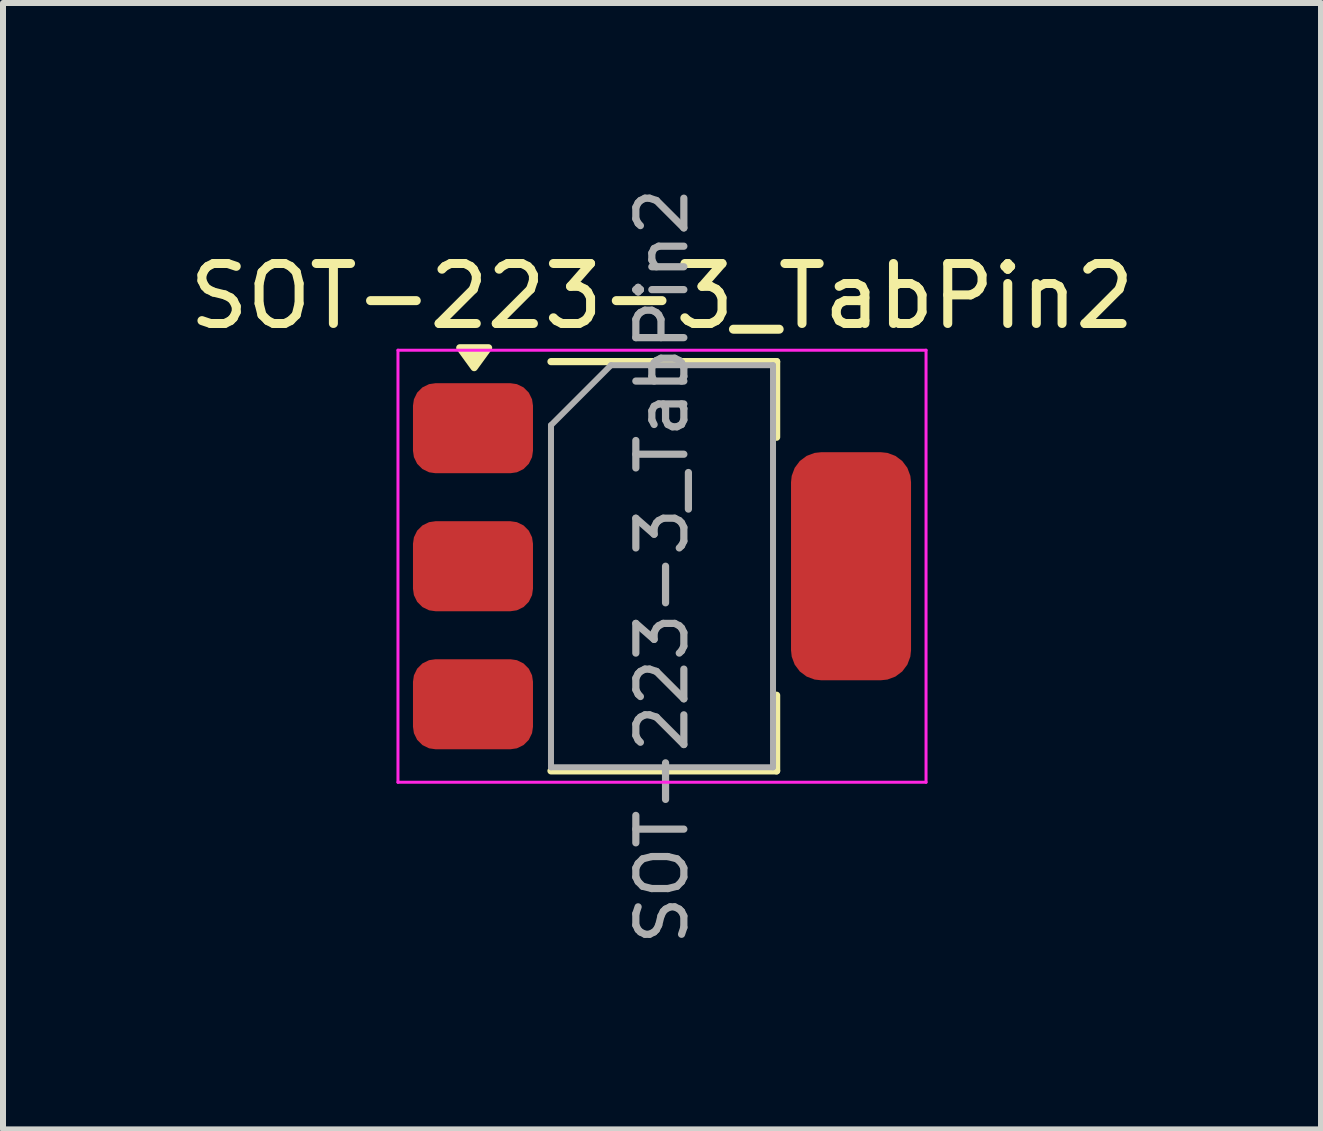
<source format=kicad_pcb>
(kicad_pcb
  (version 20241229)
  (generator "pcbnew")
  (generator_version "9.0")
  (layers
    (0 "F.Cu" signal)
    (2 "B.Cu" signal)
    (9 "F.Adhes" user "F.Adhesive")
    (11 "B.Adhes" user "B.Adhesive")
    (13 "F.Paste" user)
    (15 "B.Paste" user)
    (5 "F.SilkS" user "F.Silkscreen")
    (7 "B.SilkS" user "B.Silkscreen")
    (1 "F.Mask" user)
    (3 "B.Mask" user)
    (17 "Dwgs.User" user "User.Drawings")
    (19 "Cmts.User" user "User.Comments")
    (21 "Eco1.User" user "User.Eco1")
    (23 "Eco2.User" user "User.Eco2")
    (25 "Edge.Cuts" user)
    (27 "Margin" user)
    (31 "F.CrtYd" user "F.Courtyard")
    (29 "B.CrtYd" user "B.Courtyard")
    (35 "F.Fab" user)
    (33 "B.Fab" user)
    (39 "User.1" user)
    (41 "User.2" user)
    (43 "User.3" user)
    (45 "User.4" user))
  (footprint "SOT-223-3_TabPin2"
    (layer "F.Cu")
    (at 7.982 6.386)
    (property "Reference" "SOT-223-3_TabPin2" (at 0 -4.5 0) (layer "F.SilkS") (effects (font (size 1 1) (thickness 0.15))))
    (attr smd)
    (fp_line (start -1.85 -3.41) (end 1.91 -3.41) (stroke (width 0.12) (type solid)) (layer "F.SilkS"))
    (fp_line (start -1.85 3.41) (end 1.91 3.41) (stroke (width 0.12) (type solid)) (layer "F.SilkS"))
    (fp_line (start 1.91 -3.41) (end 1.91 -2.15) (stroke (width 0.12) (type solid)) (layer "F.SilkS"))
    (fp_line (start 1.91 3.41) (end 1.91 2.15) (stroke (width 0.12) (type solid)) (layer "F.SilkS"))
    (fp_poly (pts (xy -3.13 -3.31) (xy -3.37 -3.64) (xy -2.89 -3.64) (xy -3.13 -3.31)) (stroke (width 0.12) (type solid)) (fill yes) (layer "F.SilkS"))
    (fp_line (start -4.4 -3.6) (end -4.4 3.6) (stroke (width 0.05) (type solid)) (layer "F.CrtYd"))
    (fp_line (start -4.4 3.6) (end 4.4 3.6) (stroke (width 0.05) (type solid)) (layer "F.CrtYd"))
    (fp_line (start 4.4 -3.6) (end -4.4 -3.6) (stroke (width 0.05) (type solid)) (layer "F.CrtYd"))
    (fp_line (start 4.4 3.6) (end 4.4 -3.6) (stroke (width 0.05) (type solid)) (layer "F.CrtYd"))
    (fp_line (start -1.85 -2.35) (end -1.85 3.35) (stroke (width 0.1) (type solid)) (layer "F.Fab"))
    (fp_line (start -1.85 -2.35) (end -0.85 -3.35) (stroke (width 0.1) (type solid)) (layer "F.Fab"))
    (fp_line (start -1.85 3.35) (end 1.85 3.35) (stroke (width 0.1) (type solid)) (layer "F.Fab"))
    (fp_line (start -0.85 -3.35) (end 1.85 -3.35) (stroke (width 0.1) (type solid)) (layer "F.Fab"))
    (fp_line (start 1.85 -3.35) (end 1.85 3.35) (stroke (width 0.1) (type solid)) (layer "F.Fab"))
    (fp_text user "${REFERENCE}" (at 0 0 90) (layer "F.Fab") (effects (font (size 0.8 0.8) (thickness 0.12))))
    (pad "1" smd roundrect (at -3.15 -2.3) (size 2 1.5) (layers "F.Cu" "F.Mask" "F.Paste") (roundrect_rratio 0.25))
    (pad "2" smd roundrect (at -3.15 0) (size 2 1.5) (layers "F.Cu" "F.Mask" "F.Paste") (roundrect_rratio 0.25))
    (pad "2" smd roundrect (at 3.15 0) (size 2 3.8) (layers "F.Cu" "F.Mask" "F.Paste") (roundrect_rratio 0.25))
    (pad "3" smd roundrect (at -3.15 2.3) (size 2 1.5) (layers "F.Cu" "F.Mask" "F.Paste") (roundrect_rratio 0.25)))
  (gr_rect
    (start -3 -3)
    (end 18.964 15.771)
    (stroke (width 0.1) (type default))
    (fill no)
    (layer "Edge.Cuts")))
</source>
